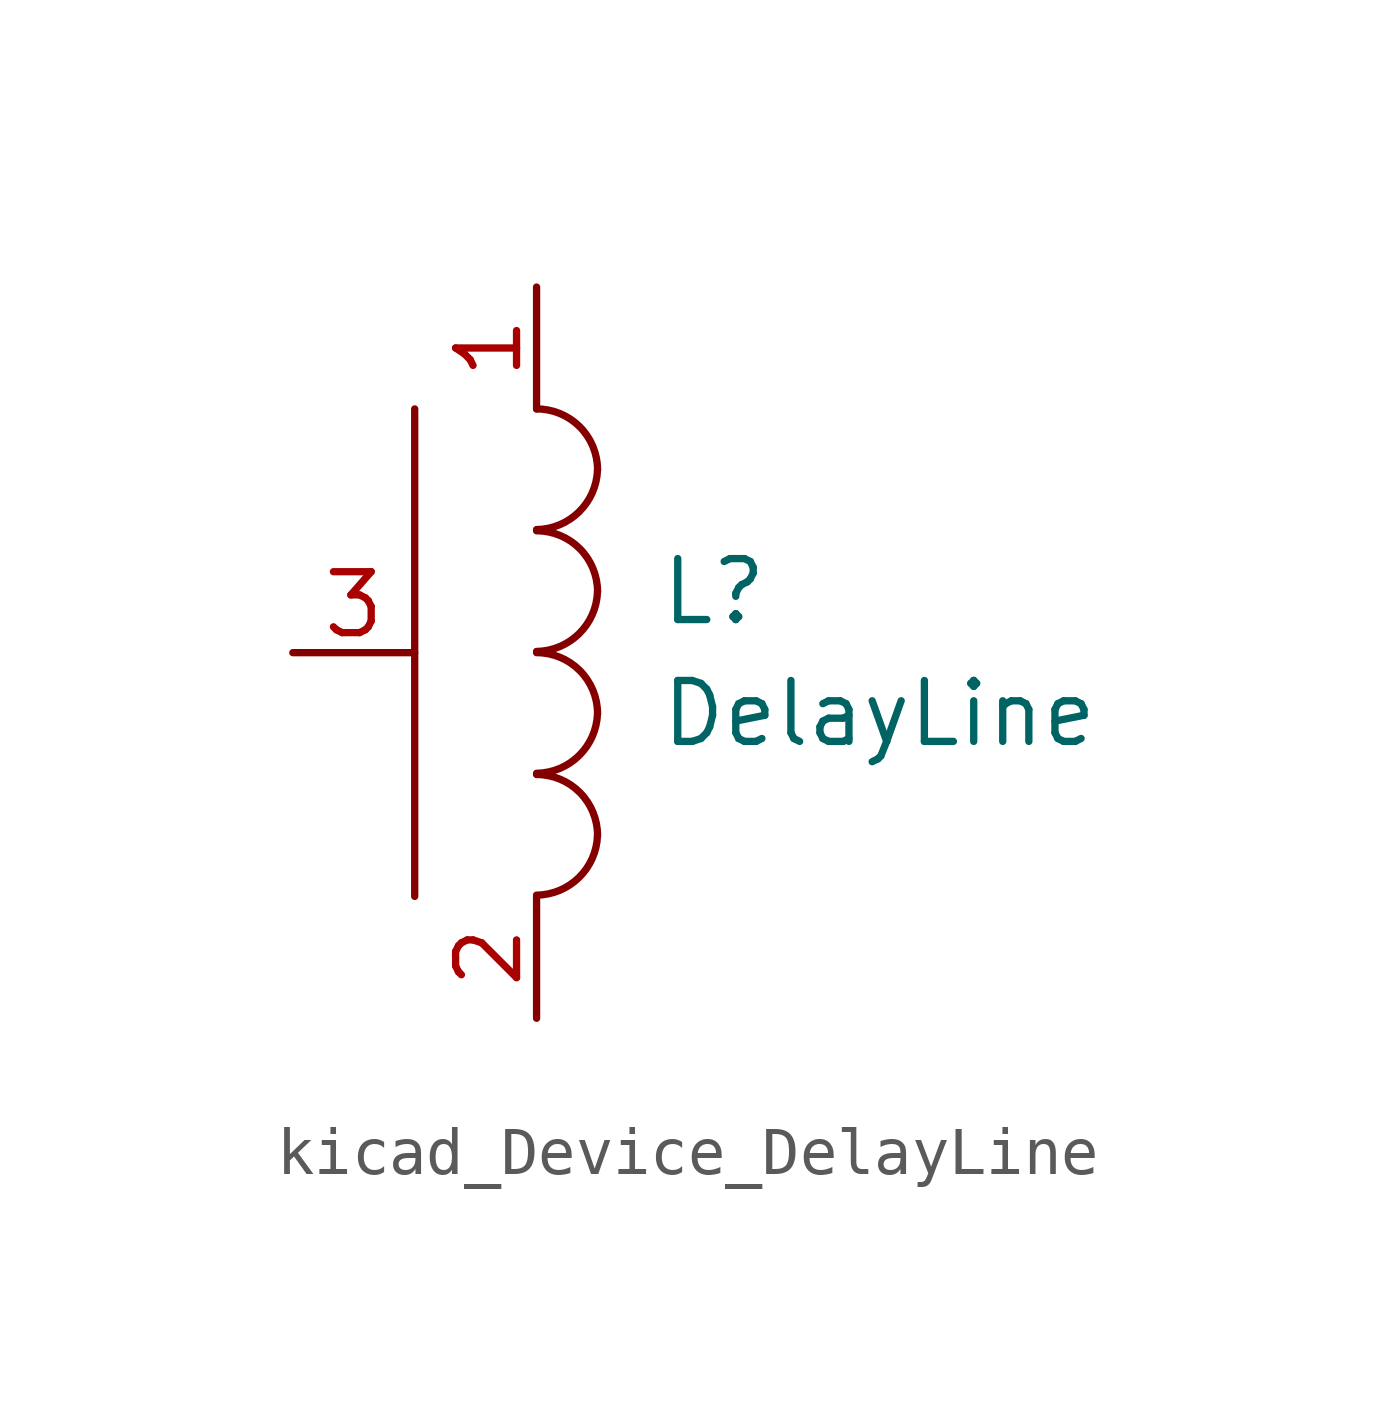
<source format=kicad_sym>
(kicad_symbol_lib
  (version 20220914)
  (generator kicad_symbol_editor)
  (symbol "kicad_Device_DelayLine"
    (pin_names
      (offset 1.016) hide)
    (property "Reference" "L"
      (at 2.54 1.27 0)
      (effects (font (size 1.27 1.27)) (justify left)))
    (property "Value" "DelayLine"
      (at 2.54 -1.27 0)
      (effects (font (size 1.27 1.27)) (justify left)))
    (symbol "kicad_Device_DelayLine_0_1"
      (arc (start 0 -5.0546) (mid 0.8801 -4.6901) (end 1.27 -3.81) (stroke (width 0) (type default)) (fill (type none)))
      (arc (start 0 -2.5146) (mid 0.8801 -2.1501) (end 1.27 -1.27) (stroke (width 0) (type default)) (fill (type none)))
      (polyline (pts (xy -2.54 5.08) (xy -2.54 -5.08)) (stroke (width 0) (type default)) (fill (type none)))
      (arc (start 0 0.0254) (mid 0.8801 0.3899) (end 1.27 1.27) (stroke (width 0) (type default)) (fill (type none)))
      (arc (start 0 2.5654) (mid 0.8801 2.9299) (end 1.27 3.81) (stroke (width 0) (type default)) (fill (type none)))
      (arc (start 1.27 -3.81) (mid 0.898 -2.912) (end 0 -2.54) (stroke (width 0) (type default)) (fill (type none)))
      (arc (start 1.27 -1.27) (mid 0.898 -0.372) (end 0 0) (stroke (width 0) (type default)) (fill (type none)))
      (arc (start 1.27 1.27) (mid 0.898 2.168) (end 0 2.54) (stroke (width 0) (type default)) (fill (type none)))
      (arc (start 1.27 3.81) (mid 0.898 4.708) (end 0 5.08) (stroke (width 0) (type default)) (fill (type none))))
    (symbol "kicad_Device_DelayLine_1_1"
      (pin passive line (at 0 7.62 270) (length 2.54) (name "1" (effects (font (size 1.27 1.27)))) (number "1" (effects (font (size 1.27 1.27)))))
      (pin passive line (at 0 -7.62 90) (length 2.54) (name "2" (effects (font (size 1.27 1.27)))) (number "2" (effects (font (size 1.27 1.27)))))
      (pin input line (at -5.08 0 0) (length 2.54) (name "COMMUN" (effects (font (size 1.27 1.27)))) (number "3" (effects (font (size 1.27 1.27))))))))
</source>
